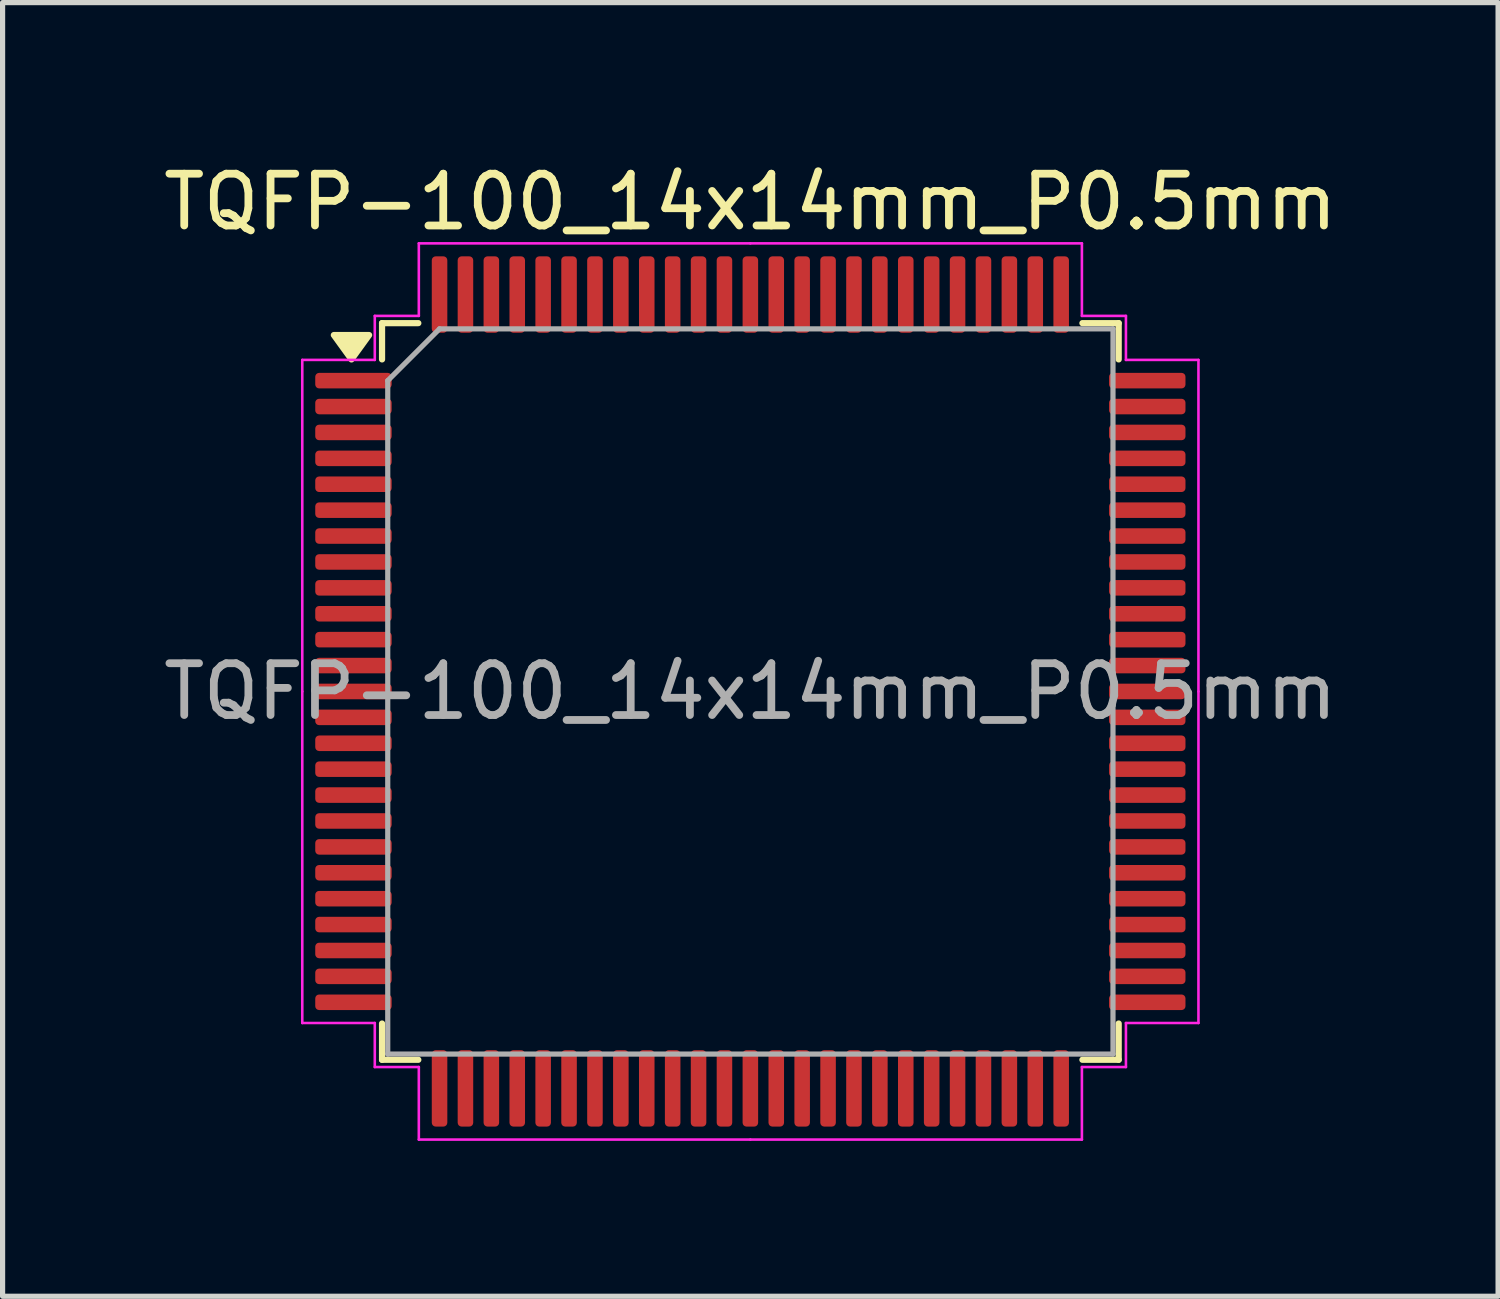
<source format=kicad_pcb>
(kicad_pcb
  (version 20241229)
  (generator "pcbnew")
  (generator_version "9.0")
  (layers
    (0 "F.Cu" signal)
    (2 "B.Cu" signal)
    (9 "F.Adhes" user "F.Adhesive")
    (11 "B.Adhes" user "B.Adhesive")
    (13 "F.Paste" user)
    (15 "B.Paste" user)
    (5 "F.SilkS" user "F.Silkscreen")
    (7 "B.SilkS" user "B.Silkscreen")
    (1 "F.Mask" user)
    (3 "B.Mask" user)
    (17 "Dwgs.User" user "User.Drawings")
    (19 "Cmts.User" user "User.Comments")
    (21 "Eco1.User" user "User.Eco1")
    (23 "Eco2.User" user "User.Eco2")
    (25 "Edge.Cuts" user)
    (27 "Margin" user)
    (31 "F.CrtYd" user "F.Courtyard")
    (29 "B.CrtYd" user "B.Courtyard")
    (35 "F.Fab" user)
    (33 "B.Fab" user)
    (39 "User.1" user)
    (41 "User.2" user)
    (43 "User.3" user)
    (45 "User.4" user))
  (footprint "TQFP-100_14x14mm_P0.5mm"
    (layer "F.Cu")
    (at 11.435 10.298)
    (property "Reference" "TQFP-100_14x14mm_P0.5mm" (at 0 -9.45 0) (layer "F.SilkS") (effects (font (size 1 1) (thickness 0.15))))
    (attr smd)
    (fp_line (start -7.11 -7.11) (end -7.11 -6.41) (stroke (width 0.12) (type solid)) (layer "F.SilkS"))
    (fp_line (start -7.11 7.11) (end -7.11 6.41) (stroke (width 0.12) (type solid)) (layer "F.SilkS"))
    (fp_line (start -6.41 -7.11) (end -7.11 -7.11) (stroke (width 0.12) (type solid)) (layer "F.SilkS"))
    (fp_line (start -6.41 7.11) (end -7.11 7.11) (stroke (width 0.12) (type solid)) (layer "F.SilkS"))
    (fp_line (start 6.41 -7.11) (end 7.11 -7.11) (stroke (width 0.12) (type solid)) (layer "F.SilkS"))
    (fp_line (start 6.41 7.11) (end 7.11 7.11) (stroke (width 0.12) (type solid)) (layer "F.SilkS"))
    (fp_line (start 7.11 -7.11) (end 7.11 -6.41) (stroke (width 0.12) (type solid)) (layer "F.SilkS"))
    (fp_line (start 7.11 7.11) (end 7.11 6.41) (stroke (width 0.12) (type solid)) (layer "F.SilkS"))
    (fp_poly (pts (xy -7.7 -6.41) (xy -8.04 -6.88) (xy -7.36 -6.88) (xy -7.7 -6.41)) (stroke (width 0.12) (type solid)) (fill yes) (layer "F.SilkS"))
    (fp_line (start -8.65 -6.4) (end -8.65 0) (stroke (width 0.05) (type solid)) (layer "F.CrtYd"))
    (fp_line (start -8.65 6.4) (end -8.65 0) (stroke (width 0.05) (type solid)) (layer "F.CrtYd"))
    (fp_line (start -7.25 -7.25) (end -7.25 -6.4) (stroke (width 0.05) (type solid)) (layer "F.CrtYd"))
    (fp_line (start -7.25 -6.4) (end -8.65 -6.4) (stroke (width 0.05) (type solid)) (layer "F.CrtYd"))
    (fp_line (start -7.25 6.4) (end -8.65 6.4) (stroke (width 0.05) (type solid)) (layer "F.CrtYd"))
    (fp_line (start -7.25 7.25) (end -7.25 6.4) (stroke (width 0.05) (type solid)) (layer "F.CrtYd"))
    (fp_line (start -6.4 -8.65) (end -6.4 -7.25) (stroke (width 0.05) (type solid)) (layer "F.CrtYd"))
    (fp_line (start -6.4 -7.25) (end -7.25 -7.25) (stroke (width 0.05) (type solid)) (layer "F.CrtYd"))
    (fp_line (start -6.4 7.25) (end -7.25 7.25) (stroke (width 0.05) (type solid)) (layer "F.CrtYd"))
    (fp_line (start -6.4 8.65) (end -6.4 7.25) (stroke (width 0.05) (type solid)) (layer "F.CrtYd"))
    (fp_line (start 0 -8.65) (end -6.4 -8.65) (stroke (width 0.05) (type solid)) (layer "F.CrtYd"))
    (fp_line (start 0 -8.65) (end 6.4 -8.65) (stroke (width 0.05) (type solid)) (layer "F.CrtYd"))
    (fp_line (start 0 8.65) (end -6.4 8.65) (stroke (width 0.05) (type solid)) (layer "F.CrtYd"))
    (fp_line (start 0 8.65) (end 6.4 8.65) (stroke (width 0.05) (type solid)) (layer "F.CrtYd"))
    (fp_line (start 6.4 -8.65) (end 6.4 -7.25) (stroke (width 0.05) (type solid)) (layer "F.CrtYd"))
    (fp_line (start 6.4 -7.25) (end 7.25 -7.25) (stroke (width 0.05) (type solid)) (layer "F.CrtYd"))
    (fp_line (start 6.4 7.25) (end 7.25 7.25) (stroke (width 0.05) (type solid)) (layer "F.CrtYd"))
    (fp_line (start 6.4 8.65) (end 6.4 7.25) (stroke (width 0.05) (type solid)) (layer "F.CrtYd"))
    (fp_line (start 7.25 -7.25) (end 7.25 -6.4) (stroke (width 0.05) (type solid)) (layer "F.CrtYd"))
    (fp_line (start 7.25 -6.4) (end 8.65 -6.4) (stroke (width 0.05) (type solid)) (layer "F.CrtYd"))
    (fp_line (start 7.25 6.4) (end 8.65 6.4) (stroke (width 0.05) (type solid)) (layer "F.CrtYd"))
    (fp_line (start 7.25 7.25) (end 7.25 6.4) (stroke (width 0.05) (type solid)) (layer "F.CrtYd"))
    (fp_line (start 8.65 -6.4) (end 8.65 0) (stroke (width 0.05) (type solid)) (layer "F.CrtYd"))
    (fp_line (start 8.65 6.4) (end 8.65 0) (stroke (width 0.05) (type solid)) (layer "F.CrtYd"))
    (fp_line (start -7 -6) (end -6 -7) (stroke (width 0.1) (type solid)) (layer "F.Fab"))
    (fp_line (start -7 7) (end -7 -6) (stroke (width 0.1) (type solid)) (layer "F.Fab"))
    (fp_line (start -6 -7) (end 7 -7) (stroke (width 0.1) (type solid)) (layer "F.Fab"))
    (fp_line (start 7 -7) (end 7 7) (stroke (width 0.1) (type solid)) (layer "F.Fab"))
    (fp_line (start 7 7) (end -7 7) (stroke (width 0.1) (type solid)) (layer "F.Fab"))
    (fp_text user "${REFERENCE}" (at 0 0 0) (layer "F.Fab") (effects (font (size 1 1) (thickness 0.15))))
    (pad "1" smd roundrect (at -7.662 -6) (size 1.475 0.3) (layers "F.Cu" "F.Mask" "F.Paste") (roundrect_rratio 0.25))
    (pad "2" smd roundrect (at -7.662 -5.5) (size 1.475 0.3) (layers "F.Cu" "F.Mask" "F.Paste") (roundrect_rratio 0.25))
    (pad "3" smd roundrect (at -7.662 -5) (size 1.475 0.3) (layers "F.Cu" "F.Mask" "F.Paste") (roundrect_rratio 0.25))
    (pad "4" smd roundrect (at -7.662 -4.5) (size 1.475 0.3) (layers "F.Cu" "F.Mask" "F.Paste") (roundrect_rratio 0.25))
    (pad "5" smd roundrect (at -7.662 -4) (size 1.475 0.3) (layers "F.Cu" "F.Mask" "F.Paste") (roundrect_rratio 0.25))
    (pad "6" smd roundrect (at -7.662 -3.5) (size 1.475 0.3) (layers "F.Cu" "F.Mask" "F.Paste") (roundrect_rratio 0.25))
    (pad "7" smd roundrect (at -7.662 -3) (size 1.475 0.3) (layers "F.Cu" "F.Mask" "F.Paste") (roundrect_rratio 0.25))
    (pad "8" smd roundrect (at -7.662 -2.5) (size 1.475 0.3) (layers "F.Cu" "F.Mask" "F.Paste") (roundrect_rratio 0.25))
    (pad "9" smd roundrect (at -7.662 -2) (size 1.475 0.3) (layers "F.Cu" "F.Mask" "F.Paste") (roundrect_rratio 0.25))
    (pad "10" smd roundrect (at -7.662 -1.5) (size 1.475 0.3) (layers "F.Cu" "F.Mask" "F.Paste") (roundrect_rratio 0.25))
    (pad "11" smd roundrect (at -7.662 -1) (size 1.475 0.3) (layers "F.Cu" "F.Mask" "F.Paste") (roundrect_rratio 0.25))
    (pad "12" smd roundrect (at -7.662 -0.5) (size 1.475 0.3) (layers "F.Cu" "F.Mask" "F.Paste") (roundrect_rratio 0.25))
    (pad "13" smd roundrect (at -7.662 0) (size 1.475 0.3) (layers "F.Cu" "F.Mask" "F.Paste") (roundrect_rratio 0.25))
    (pad "14" smd roundrect (at -7.662 0.5) (size 1.475 0.3) (layers "F.Cu" "F.Mask" "F.Paste") (roundrect_rratio 0.25))
    (pad "15" smd roundrect (at -7.662 1) (size 1.475 0.3) (layers "F.Cu" "F.Mask" "F.Paste") (roundrect_rratio 0.25))
    (pad "16" smd roundrect (at -7.662 1.5) (size 1.475 0.3) (layers "F.Cu" "F.Mask" "F.Paste") (roundrect_rratio 0.25))
    (pad "17" smd roundrect (at -7.662 2) (size 1.475 0.3) (layers "F.Cu" "F.Mask" "F.Paste") (roundrect_rratio 0.25))
    (pad "18" smd roundrect (at -7.662 2.5) (size 1.475 0.3) (layers "F.Cu" "F.Mask" "F.Paste") (roundrect_rratio 0.25))
    (pad "19" smd roundrect (at -7.662 3) (size 1.475 0.3) (layers "F.Cu" "F.Mask" "F.Paste") (roundrect_rratio 0.25))
    (pad "20" smd roundrect (at -7.662 3.5) (size 1.475 0.3) (layers "F.Cu" "F.Mask" "F.Paste") (roundrect_rratio 0.25))
    (pad "21" smd roundrect (at -7.662 4) (size 1.475 0.3) (layers "F.Cu" "F.Mask" "F.Paste") (roundrect_rratio 0.25))
    (pad "22" smd roundrect (at -7.662 4.5) (size 1.475 0.3) (layers "F.Cu" "F.Mask" "F.Paste") (roundrect_rratio 0.25))
    (pad "23" smd roundrect (at -7.662 5) (size 1.475 0.3) (layers "F.Cu" "F.Mask" "F.Paste") (roundrect_rratio 0.25))
    (pad "24" smd roundrect (at -7.662 5.5) (size 1.475 0.3) (layers "F.Cu" "F.Mask" "F.Paste") (roundrect_rratio 0.25))
    (pad "25" smd roundrect (at -7.662 6) (size 1.475 0.3) (layers "F.Cu" "F.Mask" "F.Paste") (roundrect_rratio 0.25))
    (pad "26" smd roundrect (at -6 7.662) (size 0.3 1.475) (layers "F.Cu" "F.Mask" "F.Paste") (roundrect_rratio 0.25))
    (pad "27" smd roundrect (at -5.5 7.662) (size 0.3 1.475) (layers "F.Cu" "F.Mask" "F.Paste") (roundrect_rratio 0.25))
    (pad "28" smd roundrect (at -5 7.662) (size 0.3 1.475) (layers "F.Cu" "F.Mask" "F.Paste") (roundrect_rratio 0.25))
    (pad "29" smd roundrect (at -4.5 7.662) (size 0.3 1.475) (layers "F.Cu" "F.Mask" "F.Paste") (roundrect_rratio 0.25))
    (pad "30" smd roundrect (at -4 7.662) (size 0.3 1.475) (layers "F.Cu" "F.Mask" "F.Paste") (roundrect_rratio 0.25))
    (pad "31" smd roundrect (at -3.5 7.662) (size 0.3 1.475) (layers "F.Cu" "F.Mask" "F.Paste") (roundrect_rratio 0.25))
    (pad "32" smd roundrect (at -3 7.662) (size 0.3 1.475) (layers "F.Cu" "F.Mask" "F.Paste") (roundrect_rratio 0.25))
    (pad "33" smd roundrect (at -2.5 7.662) (size 0.3 1.475) (layers "F.Cu" "F.Mask" "F.Paste") (roundrect_rratio 0.25))
    (pad "34" smd roundrect (at -2 7.662) (size 0.3 1.475) (layers "F.Cu" "F.Mask" "F.Paste") (roundrect_rratio 0.25))
    (pad "35" smd roundrect (at -1.5 7.662) (size 0.3 1.475) (layers "F.Cu" "F.Mask" "F.Paste") (roundrect_rratio 0.25))
    (pad "36" smd roundrect (at -1 7.662) (size 0.3 1.475) (layers "F.Cu" "F.Mask" "F.Paste") (roundrect_rratio 0.25))
    (pad "37" smd roundrect (at -0.5 7.662) (size 0.3 1.475) (layers "F.Cu" "F.Mask" "F.Paste") (roundrect_rratio 0.25))
    (pad "38" smd roundrect (at 0 7.662) (size 0.3 1.475) (layers "F.Cu" "F.Mask" "F.Paste") (roundrect_rratio 0.25))
    (pad "39" smd roundrect (at 0.5 7.662) (size 0.3 1.475) (layers "F.Cu" "F.Mask" "F.Paste") (roundrect_rratio 0.25))
    (pad "40" smd roundrect (at 1 7.662) (size 0.3 1.475) (layers "F.Cu" "F.Mask" "F.Paste") (roundrect_rratio 0.25))
    (pad "41" smd roundrect (at 1.5 7.662) (size 0.3 1.475) (layers "F.Cu" "F.Mask" "F.Paste") (roundrect_rratio 0.25))
    (pad "42" smd roundrect (at 2 7.662) (size 0.3 1.475) (layers "F.Cu" "F.Mask" "F.Paste") (roundrect_rratio 0.25))
    (pad "43" smd roundrect (at 2.5 7.662) (size 0.3 1.475) (layers "F.Cu" "F.Mask" "F.Paste") (roundrect_rratio 0.25))
    (pad "44" smd roundrect (at 3 7.662) (size 0.3 1.475) (layers "F.Cu" "F.Mask" "F.Paste") (roundrect_rratio 0.25))
    (pad "45" smd roundrect (at 3.5 7.662) (size 0.3 1.475) (layers "F.Cu" "F.Mask" "F.Paste") (roundrect_rratio 0.25))
    (pad "46" smd roundrect (at 4 7.662) (size 0.3 1.475) (layers "F.Cu" "F.Mask" "F.Paste") (roundrect_rratio 0.25))
    (pad "47" smd roundrect (at 4.5 7.662) (size 0.3 1.475) (layers "F.Cu" "F.Mask" "F.Paste") (roundrect_rratio 0.25))
    (pad "48" smd roundrect (at 5 7.662) (size 0.3 1.475) (layers "F.Cu" "F.Mask" "F.Paste") (roundrect_rratio 0.25))
    (pad "49" smd roundrect (at 5.5 7.662) (size 0.3 1.475) (layers "F.Cu" "F.Mask" "F.Paste") (roundrect_rratio 0.25))
    (pad "50" smd roundrect (at 6 7.662) (size 0.3 1.475) (layers "F.Cu" "F.Mask" "F.Paste") (roundrect_rratio 0.25))
    (pad "51" smd roundrect (at 7.662 6) (size 1.475 0.3) (layers "F.Cu" "F.Mask" "F.Paste") (roundrect_rratio 0.25))
    (pad "52" smd roundrect (at 7.662 5.5) (size 1.475 0.3) (layers "F.Cu" "F.Mask" "F.Paste") (roundrect_rratio 0.25))
    (pad "53" smd roundrect (at 7.662 5) (size 1.475 0.3) (layers "F.Cu" "F.Mask" "F.Paste") (roundrect_rratio 0.25))
    (pad "54" smd roundrect (at 7.662 4.5) (size 1.475 0.3) (layers "F.Cu" "F.Mask" "F.Paste") (roundrect_rratio 0.25))
    (pad "55" smd roundrect (at 7.662 4) (size 1.475 0.3) (layers "F.Cu" "F.Mask" "F.Paste") (roundrect_rratio 0.25))
    (pad "56" smd roundrect (at 7.662 3.5) (size 1.475 0.3) (layers "F.Cu" "F.Mask" "F.Paste") (roundrect_rratio 0.25))
    (pad "57" smd roundrect (at 7.662 3) (size 1.475 0.3) (layers "F.Cu" "F.Mask" "F.Paste") (roundrect_rratio 0.25))
    (pad "58" smd roundrect (at 7.662 2.5) (size 1.475 0.3) (layers "F.Cu" "F.Mask" "F.Paste") (roundrect_rratio 0.25))
    (pad "59" smd roundrect (at 7.662 2) (size 1.475 0.3) (layers "F.Cu" "F.Mask" "F.Paste") (roundrect_rratio 0.25))
    (pad "60" smd roundrect (at 7.662 1.5) (size 1.475 0.3) (layers "F.Cu" "F.Mask" "F.Paste") (roundrect_rratio 0.25))
    (pad "61" smd roundrect (at 7.662 1) (size 1.475 0.3) (layers "F.Cu" "F.Mask" "F.Paste") (roundrect_rratio 0.25))
    (pad "62" smd roundrect (at 7.662 0.5) (size 1.475 0.3) (layers "F.Cu" "F.Mask" "F.Paste") (roundrect_rratio 0.25))
    (pad "63" smd roundrect (at 7.662 0) (size 1.475 0.3) (layers "F.Cu" "F.Mask" "F.Paste") (roundrect_rratio 0.25))
    (pad "64" smd roundrect (at 7.662 -0.5) (size 1.475 0.3) (layers "F.Cu" "F.Mask" "F.Paste") (roundrect_rratio 0.25))
    (pad "65" smd roundrect (at 7.662 -1) (size 1.475 0.3) (layers "F.Cu" "F.Mask" "F.Paste") (roundrect_rratio 0.25))
    (pad "66" smd roundrect (at 7.662 -1.5) (size 1.475 0.3) (layers "F.Cu" "F.Mask" "F.Paste") (roundrect_rratio 0.25))
    (pad "67" smd roundrect (at 7.662 -2) (size 1.475 0.3) (layers "F.Cu" "F.Mask" "F.Paste") (roundrect_rratio 0.25))
    (pad "68" smd roundrect (at 7.662 -2.5) (size 1.475 0.3) (layers "F.Cu" "F.Mask" "F.Paste") (roundrect_rratio 0.25))
    (pad "69" smd roundrect (at 7.662 -3) (size 1.475 0.3) (layers "F.Cu" "F.Mask" "F.Paste") (roundrect_rratio 0.25))
    (pad "70" smd roundrect (at 7.662 -3.5) (size 1.475 0.3) (layers "F.Cu" "F.Mask" "F.Paste") (roundrect_rratio 0.25))
    (pad "71" smd roundrect (at 7.662 -4) (size 1.475 0.3) (layers "F.Cu" "F.Mask" "F.Paste") (roundrect_rratio 0.25))
    (pad "72" smd roundrect (at 7.662 -4.5) (size 1.475 0.3) (layers "F.Cu" "F.Mask" "F.Paste") (roundrect_rratio 0.25))
    (pad "73" smd roundrect (at 7.662 -5) (size 1.475 0.3) (layers "F.Cu" "F.Mask" "F.Paste") (roundrect_rratio 0.25))
    (pad "74" smd roundrect (at 7.662 -5.5) (size 1.475 0.3) (layers "F.Cu" "F.Mask" "F.Paste") (roundrect_rratio 0.25))
    (pad "75" smd roundrect (at 7.662 -6) (size 1.475 0.3) (layers "F.Cu" "F.Mask" "F.Paste") (roundrect_rratio 0.25))
    (pad "76" smd roundrect (at 6 -7.662) (size 0.3 1.475) (layers "F.Cu" "F.Mask" "F.Paste") (roundrect_rratio 0.25))
    (pad "77" smd roundrect (at 5.5 -7.662) (size 0.3 1.475) (layers "F.Cu" "F.Mask" "F.Paste") (roundrect_rratio 0.25))
    (pad "78" smd roundrect (at 5 -7.662) (size 0.3 1.475) (layers "F.Cu" "F.Mask" "F.Paste") (roundrect_rratio 0.25))
    (pad "79" smd roundrect (at 4.5 -7.662) (size 0.3 1.475) (layers "F.Cu" "F.Mask" "F.Paste") (roundrect_rratio 0.25))
    (pad "80" smd roundrect (at 4 -7.662) (size 0.3 1.475) (layers "F.Cu" "F.Mask" "F.Paste") (roundrect_rratio 0.25))
    (pad "81" smd roundrect (at 3.5 -7.662) (size 0.3 1.475) (layers "F.Cu" "F.Mask" "F.Paste") (roundrect_rratio 0.25))
    (pad "82" smd roundrect (at 3 -7.662) (size 0.3 1.475) (layers "F.Cu" "F.Mask" "F.Paste") (roundrect_rratio 0.25))
    (pad "83" smd roundrect (at 2.5 -7.662) (size 0.3 1.475) (layers "F.Cu" "F.Mask" "F.Paste") (roundrect_rratio 0.25))
    (pad "84" smd roundrect (at 2 -7.662) (size 0.3 1.475) (layers "F.Cu" "F.Mask" "F.Paste") (roundrect_rratio 0.25))
    (pad "85" smd roundrect (at 1.5 -7.662) (size 0.3 1.475) (layers "F.Cu" "F.Mask" "F.Paste") (roundrect_rratio 0.25))
    (pad "86" smd roundrect (at 1 -7.662) (size 0.3 1.475) (layers "F.Cu" "F.Mask" "F.Paste") (roundrect_rratio 0.25))
    (pad "87" smd roundrect (at 0.5 -7.662) (size 0.3 1.475) (layers "F.Cu" "F.Mask" "F.Paste") (roundrect_rratio 0.25))
    (pad "88" smd roundrect (at 0 -7.662) (size 0.3 1.475) (layers "F.Cu" "F.Mask" "F.Paste") (roundrect_rratio 0.25))
    (pad "89" smd roundrect (at -0.5 -7.662) (size 0.3 1.475) (layers "F.Cu" "F.Mask" "F.Paste") (roundrect_rratio 0.25))
    (pad "90" smd roundrect (at -1 -7.662) (size 0.3 1.475) (layers "F.Cu" "F.Mask" "F.Paste") (roundrect_rratio 0.25))
    (pad "91" smd roundrect (at -1.5 -7.662) (size 0.3 1.475) (layers "F.Cu" "F.Mask" "F.Paste") (roundrect_rratio 0.25))
    (pad "92" smd roundrect (at -2 -7.662) (size 0.3 1.475) (layers "F.Cu" "F.Mask" "F.Paste") (roundrect_rratio 0.25))
    (pad "93" smd roundrect (at -2.5 -7.662) (size 0.3 1.475) (layers "F.Cu" "F.Mask" "F.Paste") (roundrect_rratio 0.25))
    (pad "94" smd roundrect (at -3 -7.662) (size 0.3 1.475) (layers "F.Cu" "F.Mask" "F.Paste") (roundrect_rratio 0.25))
    (pad "95" smd roundrect (at -3.5 -7.662) (size 0.3 1.475) (layers "F.Cu" "F.Mask" "F.Paste") (roundrect_rratio 0.25))
    (pad "96" smd roundrect (at -4 -7.662) (size 0.3 1.475) (layers "F.Cu" "F.Mask" "F.Paste") (roundrect_rratio 0.25))
    (pad "97" smd roundrect (at -4.5 -7.662) (size 0.3 1.475) (layers "F.Cu" "F.Mask" "F.Paste") (roundrect_rratio 0.25))
    (pad "98" smd roundrect (at -5 -7.662) (size 0.3 1.475) (layers "F.Cu" "F.Mask" "F.Paste") (roundrect_rratio 0.25))
    (pad "99" smd roundrect (at -5.5 -7.662) (size 0.3 1.475) (layers "F.Cu" "F.Mask" "F.Paste") (roundrect_rratio 0.25))
    (pad "100" smd roundrect (at -6 -7.662) (size 0.3 1.475) (layers "F.Cu" "F.Mask" "F.Paste") (roundrect_rratio 0.25)))
  (gr_rect
    (start -3 -3)
    (end 25.869 21.973)
    (stroke (width 0.1) (type default))
    (fill no)
    (layer "Edge.Cuts")))
</source>
